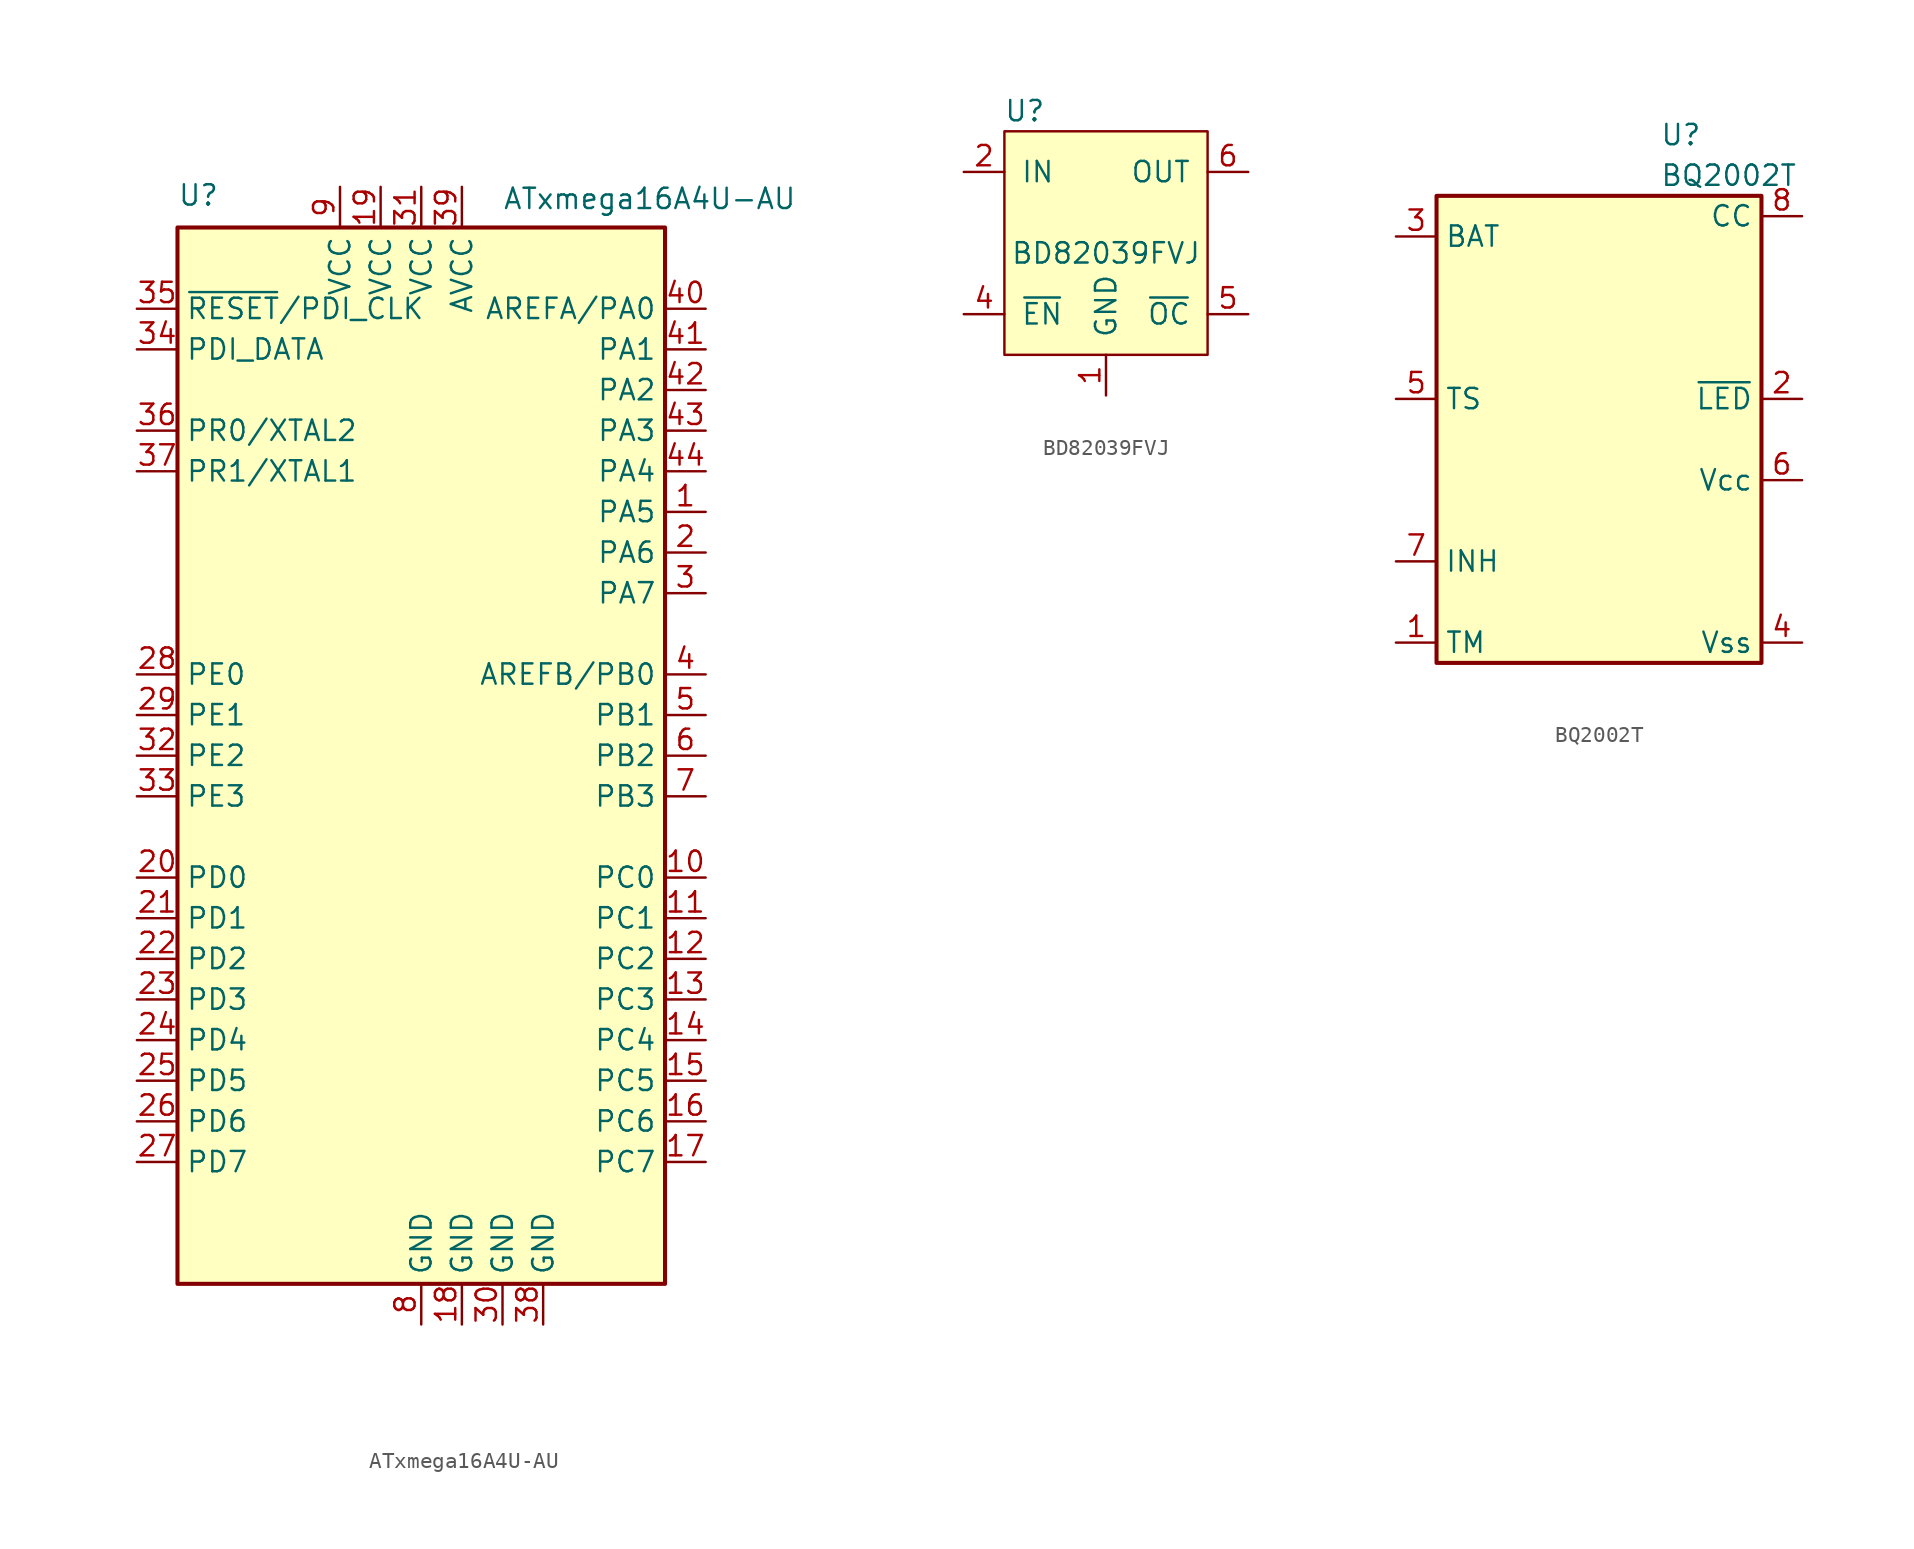
<source format=kicad_sym>
(kicad_symbol_lib
  (version 20220914)
  (generator kicad_symbol_editor)
  (symbol "ATxmega16A4U-AU"
    (property "Reference" "U"
      (at -15.24 34.29 0)
      (effects (font (size 1.27 1.27)) (justify left bottom)))
    (property "Value" "ATxmega16A4U-AU"
      (at 5.08 35.56 0)
      (effects (font (size 1.27 1.27)) (justify left top)))
    (symbol "ATxmega16A4U-AU_0_1"
      (rectangle (start -15.24 -33.02) (end 15.24 33.02) (stroke (width 0.254) (type default)) (fill (type background))))
    (symbol "ATxmega16A4U-AU_1_1"
      (pin bidirectional line (at 17.78 15.24 180) (length 2.54) (name "PA5" (effects (font (size 1.27 1.27)))) (number "1" (effects (font (size 1.27 1.27)))))
      (pin bidirectional line (at 17.78 -7.62 180) (length 2.54) (name "PC0" (effects (font (size 1.27 1.27)))) (number "10" (effects (font (size 1.27 1.27)))))
      (pin bidirectional line (at 17.78 -10.16 180) (length 2.54) (name "PC1" (effects (font (size 1.27 1.27)))) (number "11" (effects (font (size 1.27 1.27)))))
      (pin bidirectional line (at 17.78 -12.7 180) (length 2.54) (name "PC2" (effects (font (size 1.27 1.27)))) (number "12" (effects (font (size 1.27 1.27)))))
      (pin bidirectional line (at 17.78 -15.24 180) (length 2.54) (name "PC3" (effects (font (size 1.27 1.27)))) (number "13" (effects (font (size 1.27 1.27)))))
      (pin bidirectional line (at 17.78 -17.78 180) (length 2.54) (name "PC4" (effects (font (size 1.27 1.27)))) (number "14" (effects (font (size 1.27 1.27)))))
      (pin bidirectional line (at 17.78 -20.32 180) (length 2.54) (name "PC5" (effects (font (size 1.27 1.27)))) (number "15" (effects (font (size 1.27 1.27)))))
      (pin bidirectional line (at 17.78 -22.86 180) (length 2.54) (name "PC6" (effects (font (size 1.27 1.27)))) (number "16" (effects (font (size 1.27 1.27)))))
      (pin bidirectional line (at 17.78 -25.4 180) (length 2.54) (name "PC7" (effects (font (size 1.27 1.27)))) (number "17" (effects (font (size 1.27 1.27)))))
      (pin power_in line (at 2.54 -35.56 90) (length 2.54) (name "GND" (effects (font (size 1.27 1.27)))) (number "18" (effects (font (size 1.27 1.27)))))
      (pin power_in line (at -2.54 35.56 270) (length 2.54) (name "VCC" (effects (font (size 1.27 1.27)))) (number "19" (effects (font (size 1.27 1.27)))))
      (pin bidirectional line (at 17.78 12.7 180) (length 2.54) (name "PA6" (effects (font (size 1.27 1.27)))) (number "2" (effects (font (size 1.27 1.27)))))
      (pin bidirectional line (at -17.78 -7.62 0) (length 2.54) (name "PD0" (effects (font (size 1.27 1.27)))) (number "20" (effects (font (size 1.27 1.27)))))
      (pin bidirectional line (at -17.78 -10.16 0) (length 2.54) (name "PD1" (effects (font (size 1.27 1.27)))) (number "21" (effects (font (size 1.27 1.27)))))
      (pin bidirectional line (at -17.78 -12.7 0) (length 2.54) (name "PD2" (effects (font (size 1.27 1.27)))) (number "22" (effects (font (size 1.27 1.27)))))
      (pin bidirectional line (at -17.78 -15.24 0) (length 2.54) (name "PD3" (effects (font (size 1.27 1.27)))) (number "23" (effects (font (size 1.27 1.27)))))
      (pin bidirectional line (at -17.78 -17.78 0) (length 2.54) (name "PD4" (effects (font (size 1.27 1.27)))) (number "24" (effects (font (size 1.27 1.27)))))
      (pin bidirectional line (at -17.78 -20.32 0) (length 2.54) (name "PD5" (effects (font (size 1.27 1.27)))) (number "25" (effects (font (size 1.27 1.27)))))
      (pin bidirectional line (at -17.78 -22.86 0) (length 2.54) (name "PD6" (effects (font (size 1.27 1.27)))) (number "26" (effects (font (size 1.27 1.27)))))
      (pin bidirectional line (at -17.78 -25.4 0) (length 2.54) (name "PD7" (effects (font (size 1.27 1.27)))) (number "27" (effects (font (size 1.27 1.27)))))
      (pin bidirectional line (at -17.78 5.08 0) (length 2.54) (name "PE0" (effects (font (size 1.27 1.27)))) (number "28" (effects (font (size 1.27 1.27)))))
      (pin bidirectional line (at -17.78 2.54 0) (length 2.54) (name "PE1" (effects (font (size 1.27 1.27)))) (number "29" (effects (font (size 1.27 1.27)))))
      (pin bidirectional line (at 17.78 10.16 180) (length 2.54) (name "PA7" (effects (font (size 1.27 1.27)))) (number "3" (effects (font (size 1.27 1.27)))))
      (pin power_in line (at 5.08 -35.56 90) (length 2.54) (name "GND" (effects (font (size 1.27 1.27)))) (number "30" (effects (font (size 1.27 1.27)))))
      (pin power_in line (at 0 35.56 270) (length 2.54) (name "VCC" (effects (font (size 1.27 1.27)))) (number "31" (effects (font (size 1.27 1.27)))))
      (pin bidirectional line (at -17.78 0 0) (length 2.54) (name "PE2" (effects (font (size 1.27 1.27)))) (number "32" (effects (font (size 1.27 1.27)))))
      (pin bidirectional line (at -17.78 -2.54 0) (length 2.54) (name "PE3" (effects (font (size 1.27 1.27)))) (number "33" (effects (font (size 1.27 1.27)))))
      (pin bidirectional line (at -17.78 25.4 0) (length 2.54) (name "PDI_DATA" (effects (font (size 1.27 1.27)))) (number "34" (effects (font (size 1.27 1.27)))))
      (pin input line (at -17.78 27.94 0) (length 2.54) (name "~{RESET}/PDI_CLK" (effects (font (size 1.27 1.27)))) (number "35" (effects (font (size 1.27 1.27)))))
      (pin bidirectional line (at -17.78 20.32 0) (length 2.54) (name "PR0/XTAL2" (effects (font (size 1.27 1.27)))) (number "36" (effects (font (size 1.27 1.27)))))
      (pin bidirectional line (at -17.78 17.78 0) (length 2.54) (name "PR1/XTAL1" (effects (font (size 1.27 1.27)))) (number "37" (effects (font (size 1.27 1.27)))))
      (pin power_in line (at 7.62 -35.56 90) (length 2.54) (name "GND" (effects (font (size 1.27 1.27)))) (number "38" (effects (font (size 1.27 1.27)))))
      (pin power_in line (at 2.54 35.56 270) (length 2.54) (name "AVCC" (effects (font (size 1.27 1.27)))) (number "39" (effects (font (size 1.27 1.27)))))
      (pin bidirectional line (at 17.78 5.08 180) (length 2.54) (name "AREFB/PB0" (effects (font (size 1.27 1.27)))) (number "4" (effects (font (size 1.27 1.27)))))
      (pin bidirectional line (at 17.78 27.94 180) (length 2.54) (name "AREFA/PA0" (effects (font (size 1.27 1.27)))) (number "40" (effects (font (size 1.27 1.27)))))
      (pin bidirectional line (at 17.78 25.4 180) (length 2.54) (name "PA1" (effects (font (size 1.27 1.27)))) (number "41" (effects (font (size 1.27 1.27)))))
      (pin bidirectional line (at 17.78 22.86 180) (length 2.54) (name "PA2" (effects (font (size 1.27 1.27)))) (number "42" (effects (font (size 1.27 1.27)))))
      (pin bidirectional line (at 17.78 20.32 180) (length 2.54) (name "PA3" (effects (font (size 1.27 1.27)))) (number "43" (effects (font (size 1.27 1.27)))))
      (pin bidirectional line (at 17.78 17.78 180) (length 2.54) (name "PA4" (effects (font (size 1.27 1.27)))) (number "44" (effects (font (size 1.27 1.27)))))
      (pin bidirectional line (at 17.78 2.54 180) (length 2.54) (name "PB1" (effects (font (size 1.27 1.27)))) (number "5" (effects (font (size 1.27 1.27)))))
      (pin bidirectional line (at 17.78 0 180) (length 2.54) (name "PB2" (effects (font (size 1.27 1.27)))) (number "6" (effects (font (size 1.27 1.27)))))
      (pin bidirectional line (at 17.78 -2.54 180) (length 2.54) (name "PB3" (effects (font (size 1.27 1.27)))) (number "7" (effects (font (size 1.27 1.27)))))
      (pin power_in line (at 0 -35.56 90) (length 2.54) (name "GND" (effects (font (size 1.27 1.27)))) (number "8" (effects (font (size 1.27 1.27)))))
      (pin power_in line (at -5.08 35.56 270) (length 2.54) (name "VCC" (effects (font (size 1.27 1.27)))) (number "9" (effects (font (size 1.27 1.27)))))))
  (symbol "BD82039FVJ"
    (pin_names
      (offset 1.016))
    (property "Reference" "U"
      (at -5.08 6.35 0)
      (effects (font (size 1.27 1.27))))
    (property "Value" "BD82039FVJ"
      (at 0 -2.54 0)
      (effects (font (size 1.27 1.27))))
    (symbol "BD82039FVJ_0_1"
      (rectangle (start 6.35 -8.89) (end -6.35 5.08) (stroke (width 0) (type default)) (fill (type background))))
    (symbol "BD82039FVJ_1_1"
      (pin power_in line (at 0 -11.43 90) (length 2.54) (name "GND" (effects (font (size 1.27 1.27)))) (number "1" (effects (font (size 1.27 1.27)))))
      (pin power_in line (at -8.89 2.54 0) (length 2.54) (name "IN" (effects (font (size 1.27 1.27)))) (number "2" (effects (font (size 1.27 1.27)))))
      (pin passive line (at -8.89 2.54 0) (length 2.54) hide (name "IN" (effects (font (size 1.27 1.27)))) (number "3" (effects (font (size 1.27 1.27)))))
      (pin input line (at -8.89 -6.35 0) (length 2.54) (name "~{EN}" (effects (font (size 1.27 1.27)))) (number "4" (effects (font (size 1.27 1.27)))))
      (pin output line (at 8.89 -6.35 180) (length 2.54) (name "~{OC}" (effects (font (size 1.27 1.27)))) (number "5" (effects (font (size 1.27 1.27)))))
      (pin power_out line (at 8.89 2.54 180) (length 2.54) (name "OUT" (effects (font (size 1.27 1.27)))) (number "6" (effects (font (size 1.27 1.27)))))
      (pin passive line (at 8.89 2.54 180) (length 2.54) hide (name "OUT" (effects (font (size 1.27 1.27)))) (number "7" (effects (font (size 1.27 1.27)))))
      (pin passive line (at 8.89 2.54 180) (length 2.54) hide (name "OUT" (effects (font (size 1.27 1.27)))) (number "8" (effects (font (size 1.27 1.27)))))))
  (symbol "BQ2002T"
    (property "Reference" "U"
      (at 3.81 11.43 0)
      (effects (font (size 1.27 1.27)) (justify left)))
    (property "Value" "BQ2002T"
      (at 3.81 8.89 0)
      (effects (font (size 1.27 1.27)) (justify left)))
    (symbol "BQ2002T_0_1"
      (rectangle (start -10.16 -21.59) (end 10.16 7.62) (stroke (width 0.254) (type default)) (fill (type background))))
    (symbol "BQ2002T_1_1"
      (pin input line (at -12.7 -20.32 0) (length 2.54) (name "TM" (effects (font (size 1.27 1.27)))) (number "1" (effects (font (size 1.27 1.27)))))
      (pin open_collector line (at 12.7 -5.08 180) (length 2.54) (name "~{LED}" (effects (font (size 1.27 1.27)))) (number "2" (effects (font (size 1.27 1.27)))))
      (pin input line (at -12.7 5.08 0) (length 2.54) (name "BAT" (effects (font (size 1.27 1.27)))) (number "3" (effects (font (size 1.27 1.27)))))
      (pin power_in line (at 12.7 -20.32 180) (length 2.54) (name "Vss" (effects (font (size 1.27 1.27)))) (number "4" (effects (font (size 1.27 1.27)))))
      (pin input line (at -12.7 -5.08 0) (length 2.54) (name "TS" (effects (font (size 1.27 1.27)))) (number "5" (effects (font (size 1.27 1.27)))))
      (pin power_in line (at 12.7 -10.16 180) (length 2.54) (name "Vcc" (effects (font (size 1.27 1.27)))) (number "6" (effects (font (size 1.27 1.27)))))
      (pin input line (at -12.7 -15.24 0) (length 2.54) (name "INH" (effects (font (size 1.27 1.27)))) (number "7" (effects (font (size 1.27 1.27)))))
      (pin open_collector line (at 12.7 6.35 180) (length 2.54) (name "CC" (effects (font (size 1.27 1.27)))) (number "8" (effects (font (size 1.27 1.27))))))))
</source>
